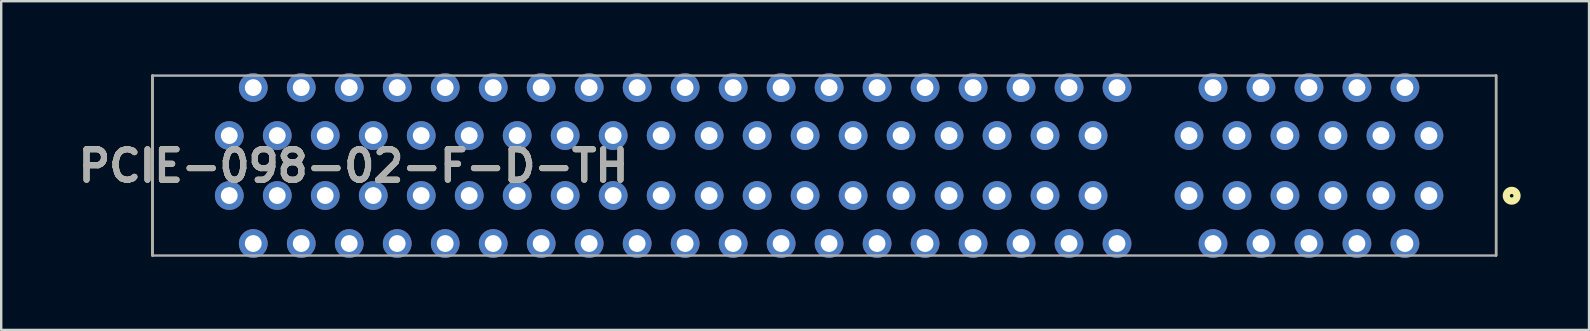
<source format=kicad_pcb>
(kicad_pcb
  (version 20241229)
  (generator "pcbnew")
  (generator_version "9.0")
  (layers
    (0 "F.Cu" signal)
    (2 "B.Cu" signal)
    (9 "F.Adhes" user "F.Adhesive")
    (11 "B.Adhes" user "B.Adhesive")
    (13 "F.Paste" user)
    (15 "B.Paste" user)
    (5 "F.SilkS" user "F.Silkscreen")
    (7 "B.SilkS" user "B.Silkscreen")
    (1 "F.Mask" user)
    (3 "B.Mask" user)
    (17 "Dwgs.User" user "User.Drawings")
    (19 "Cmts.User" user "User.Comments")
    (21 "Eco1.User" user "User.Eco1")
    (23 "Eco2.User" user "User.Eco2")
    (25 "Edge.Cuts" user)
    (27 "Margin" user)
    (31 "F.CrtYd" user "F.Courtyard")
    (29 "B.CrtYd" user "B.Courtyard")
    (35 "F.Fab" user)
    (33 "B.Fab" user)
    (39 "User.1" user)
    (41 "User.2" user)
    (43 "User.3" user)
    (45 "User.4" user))
  (footprint "PCIE-098-02-F-D-TH"
    (layer "F.Cu")
    (at 3.305 3.85)
    (property "Reference" "PCIE-098-02-F-D-TH" (at 8.379 0.016 180) (layer "F.SilkS") (effects (font (size 1.27 1.27) (thickness 0.254))))
    (attr through_hole)
    (fp_line (start 0 -3.75) (end 0 3.75) (stroke (width 0.1) (type solid)) (layer "F.SilkS"))
    (fp_line (start 56 -3.75) (end 56 3.75) (stroke (width 0.1) (type solid)) (layer "F.SilkS"))
    (fp_circle (center 56.649 1.258) (end 56.649 1.332) (stroke (width 0.3) (type solid)) (fill no) (layer "F.SilkS"))
    (fp_line (start 0 -3.75) (end 56 -3.75) (stroke (width 0.1) (type solid)) (layer "F.Fab"))
    (fp_line (start 0 3.75) (end 0 -3.75) (stroke (width 0.1) (type solid)) (layer "F.Fab"))
    (fp_line (start 56 -3.75) (end 56 3.75) (stroke (width 0.1) (type solid)) (layer "F.Fab"))
    (fp_line (start 56 3.75) (end 0 3.75) (stroke (width 0.1) (type solid)) (layer "F.Fab"))
    (fp_text user "${REFERENCE}" (at 8.379 0.016 180) (layer "F.Fab") (effects (font (size 1.27 1.27) (thickness 0.254))))
    (pad "" np_thru_hole circle (at 1.39 0) (size 0.001 0.001) (drill 2.35) (layers "*.Cu" "*.Mask"))
    (pad "" np_thru_hole circle (at 41.55 0) (size 0.001 0.001) (drill 2.35) (layers "*.Cu" "*.Mask"))
    (pad "A1" thru_hole circle (at 53.2 1.25) (size 1.2 1.2) (drill 0.7) (layers "*.Cu" "*.Mask"))
    (pad "A2" thru_hole circle (at 52.2 3.25) (size 1.2 1.2) (drill 0.7) (layers "*.Cu" "*.Mask"))
    (pad "A3" thru_hole circle (at 51.2 1.25) (size 1.2 1.2) (drill 0.7) (layers "*.Cu" "*.Mask"))
    (pad "A4" thru_hole circle (at 50.2 3.25) (size 1.2 1.2) (drill 0.7) (layers "*.Cu" "*.Mask"))
    (pad "A5" thru_hole circle (at 49.2 1.25) (size 1.2 1.2) (drill 0.7) (layers "*.Cu" "*.Mask"))
    (pad "A6" thru_hole circle (at 48.2 3.25) (size 1.2 1.2) (drill 0.7) (layers "*.Cu" "*.Mask"))
    (pad "A7" thru_hole circle (at 47.2 1.25) (size 1.2 1.2) (drill 0.7) (layers "*.Cu" "*.Mask"))
    (pad "A8" thru_hole circle (at 46.2 3.25) (size 1.2 1.2) (drill 0.7) (layers "*.Cu" "*.Mask"))
    (pad "A9" thru_hole circle (at 45.2 1.25) (size 1.2 1.2) (drill 0.7) (layers "*.Cu" "*.Mask"))
    (pad "A10" thru_hole circle (at 44.2 3.25) (size 1.2 1.2) (drill 0.7) (layers "*.Cu" "*.Mask"))
    (pad "A11" thru_hole circle (at 43.2 1.25) (size 1.2 1.2) (drill 0.7) (layers "*.Cu" "*.Mask"))
    (pad "A12" thru_hole circle (at 40.2 3.25) (size 1.2 1.2) (drill 0.7) (layers "*.Cu" "*.Mask"))
    (pad "A13" thru_hole circle (at 39.2 1.25) (size 1.2 1.2) (drill 0.7) (layers "*.Cu" "*.Mask"))
    (pad "A14" thru_hole circle (at 38.2 3.25) (size 1.2 1.2) (drill 0.7) (layers "*.Cu" "*.Mask"))
    (pad "A15" thru_hole circle (at 37.2 1.25) (size 1.2 1.2) (drill 0.7) (layers "*.Cu" "*.Mask"))
    (pad "A16" thru_hole circle (at 36.2 3.25) (size 1.2 1.2) (drill 0.7) (layers "*.Cu" "*.Mask"))
    (pad "A17" thru_hole circle (at 35.2 1.25) (size 1.2 1.2) (drill 0.7) (layers "*.Cu" "*.Mask"))
    (pad "A18" thru_hole circle (at 34.2 3.25) (size 1.2 1.2) (drill 0.7) (layers "*.Cu" "*.Mask"))
    (pad "A19" thru_hole circle (at 33.2 1.25) (size 1.2 1.2) (drill 0.7) (layers "*.Cu" "*.Mask"))
    (pad "A20" thru_hole circle (at 32.2 3.25) (size 1.2 1.2) (drill 0.7) (layers "*.Cu" "*.Mask"))
    (pad "A21" thru_hole circle (at 31.2 1.25) (size 1.2 1.2) (drill 0.7) (layers "*.Cu" "*.Mask"))
    (pad "A22" thru_hole circle (at 30.2 3.25) (size 1.2 1.2) (drill 0.7) (layers "*.Cu" "*.Mask"))
    (pad "A23" thru_hole circle (at 29.2 1.25) (size 1.2 1.2) (drill 0.7) (layers "*.Cu" "*.Mask"))
    (pad "A24" thru_hole circle (at 28.2 3.25) (size 1.2 1.2) (drill 0.7) (layers "*.Cu" "*.Mask"))
    (pad "A25" thru_hole circle (at 27.2 1.25) (size 1.2 1.2) (drill 0.7) (layers "*.Cu" "*.Mask"))
    (pad "A26" thru_hole circle (at 26.2 3.25) (size 1.2 1.2) (drill 0.7) (layers "*.Cu" "*.Mask"))
    (pad "A27" thru_hole circle (at 25.2 1.25) (size 1.2 1.2) (drill 0.7) (layers "*.Cu" "*.Mask"))
    (pad "A28" thru_hole circle (at 24.2 3.25) (size 1.2 1.2) (drill 0.7) (layers "*.Cu" "*.Mask"))
    (pad "A29" thru_hole circle (at 23.2 1.25) (size 1.2 1.2) (drill 0.7) (layers "*.Cu" "*.Mask"))
    (pad "A30" thru_hole circle (at 22.2 3.25) (size 1.2 1.2) (drill 0.7) (layers "*.Cu" "*.Mask"))
    (pad "A31" thru_hole circle (at 21.2 1.25) (size 1.2 1.2) (drill 0.7) (layers "*.Cu" "*.Mask"))
    (pad "A32" thru_hole circle (at 20.2 3.25) (size 1.2 1.2) (drill 0.7) (layers "*.Cu" "*.Mask"))
    (pad "A33" thru_hole circle (at 19.2 1.25) (size 1.2 1.2) (drill 0.7) (layers "*.Cu" "*.Mask"))
    (pad "A34" thru_hole circle (at 18.2 3.25) (size 1.2 1.2) (drill 0.7) (layers "*.Cu" "*.Mask"))
    (pad "A35" thru_hole circle (at 17.2 1.25) (size 1.2 1.2) (drill 0.7) (layers "*.Cu" "*.Mask"))
    (pad "A36" thru_hole circle (at 16.2 3.25) (size 1.2 1.2) (drill 0.7) (layers "*.Cu" "*.Mask"))
    (pad "A37" thru_hole circle (at 15.2 1.25) (size 1.2 1.2) (drill 0.7) (layers "*.Cu" "*.Mask"))
    (pad "A38" thru_hole circle (at 14.2 3.25) (size 1.2 1.2) (drill 0.7) (layers "*.Cu" "*.Mask"))
    (pad "A39" thru_hole circle (at 13.2 1.25) (size 1.2 1.2) (drill 0.7) (layers "*.Cu" "*.Mask"))
    (pad "A40" thru_hole circle (at 12.2 3.25) (size 1.2 1.2) (drill 0.7) (layers "*.Cu" "*.Mask"))
    (pad "A41" thru_hole circle (at 11.2 1.25) (size 1.2 1.2) (drill 0.7) (layers "*.Cu" "*.Mask"))
    (pad "A42" thru_hole circle (at 10.2 3.25) (size 1.2 1.2) (drill 0.7) (layers "*.Cu" "*.Mask"))
    (pad "A43" thru_hole circle (at 9.2 1.25) (size 1.2 1.2) (drill 0.7) (layers "*.Cu" "*.Mask"))
    (pad "A44" thru_hole circle (at 8.2 3.25) (size 1.2 1.2) (drill 0.7) (layers "*.Cu" "*.Mask"))
    (pad "A45" thru_hole circle (at 7.2 1.25) (size 1.2 1.2) (drill 0.7) (layers "*.Cu" "*.Mask"))
    (pad "A46" thru_hole circle (at 6.2 3.25) (size 1.2 1.2) (drill 0.7) (layers "*.Cu" "*.Mask"))
    (pad "A47" thru_hole circle (at 5.2 1.25) (size 1.2 1.2) (drill 0.7) (layers "*.Cu" "*.Mask"))
    (pad "A48" thru_hole circle (at 4.2 3.25) (size 1.2 1.2) (drill 0.7) (layers "*.Cu" "*.Mask"))
    (pad "A49" thru_hole circle (at 3.2 1.25) (size 1.2 1.2) (drill 0.7) (layers "*.Cu" "*.Mask"))
    (pad "B1" thru_hole circle (at 53.2 -1.25) (size 1.2 1.2) (drill 0.7) (layers "*.Cu" "*.Mask"))
    (pad "B2" thru_hole circle (at 52.2 -3.25) (size 1.2 1.2) (drill 0.7) (layers "*.Cu" "*.Mask"))
    (pad "B3" thru_hole circle (at 51.2 -1.25) (size 1.2 1.2) (drill 0.7) (layers "*.Cu" "*.Mask"))
    (pad "B4" thru_hole circle (at 50.2 -3.25) (size 1.2 1.2) (drill 0.7) (layers "*.Cu" "*.Mask"))
    (pad "B5" thru_hole circle (at 49.2 -1.25) (size 1.2 1.2) (drill 0.7) (layers "*.Cu" "*.Mask"))
    (pad "B6" thru_hole circle (at 48.2 -3.25) (size 1.2 1.2) (drill 0.7) (layers "*.Cu" "*.Mask"))
    (pad "B7" thru_hole circle (at 47.2 -1.25) (size 1.2 1.2) (drill 0.7) (layers "*.Cu" "*.Mask"))
    (pad "B8" thru_hole circle (at 46.2 -3.25) (size 1.2 1.2) (drill 0.7) (layers "*.Cu" "*.Mask"))
    (pad "B9" thru_hole circle (at 45.2 -1.25) (size 1.2 1.2) (drill 0.7) (layers "*.Cu" "*.Mask"))
    (pad "B10" thru_hole circle (at 44.2 -3.25) (size 1.2 1.2) (drill 0.7) (layers "*.Cu" "*.Mask"))
    (pad "B11" thru_hole circle (at 43.2 -1.25) (size 1.2 1.2) (drill 0.7) (layers "*.Cu" "*.Mask"))
    (pad "B12" thru_hole circle (at 40.2 -3.25) (size 1.2 1.2) (drill 0.7) (layers "*.Cu" "*.Mask"))
    (pad "B13" thru_hole circle (at 39.2 -1.25) (size 1.2 1.2) (drill 0.7) (layers "*.Cu" "*.Mask"))
    (pad "B14" thru_hole circle (at 38.2 -3.25) (size 1.2 1.2) (drill 0.7) (layers "*.Cu" "*.Mask"))
    (pad "B15" thru_hole circle (at 37.2 -1.25) (size 1.2 1.2) (drill 0.7) (layers "*.Cu" "*.Mask"))
    (pad "B16" thru_hole circle (at 36.2 -3.25) (size 1.2 1.2) (drill 0.7) (layers "*.Cu" "*.Mask"))
    (pad "B17" thru_hole circle (at 35.2 -1.25) (size 1.2 1.2) (drill 0.7) (layers "*.Cu" "*.Mask"))
    (pad "B18" thru_hole circle (at 34.2 -3.25) (size 1.2 1.2) (drill 0.7) (layers "*.Cu" "*.Mask"))
    (pad "B19" thru_hole circle (at 33.2 -1.25) (size 1.2 1.2) (drill 0.7) (layers "*.Cu" "*.Mask"))
    (pad "B20" thru_hole circle (at 32.2 -3.25) (size 1.2 1.2) (drill 0.7) (layers "*.Cu" "*.Mask"))
    (pad "B21" thru_hole circle (at 31.2 -1.25) (size 1.2 1.2) (drill 0.7) (layers "*.Cu" "*.Mask"))
    (pad "B22" thru_hole circle (at 30.2 -3.25) (size 1.2 1.2) (drill 0.7) (layers "*.Cu" "*.Mask"))
    (pad "B23" thru_hole circle (at 29.2 -1.25) (size 1.2 1.2) (drill 0.7) (layers "*.Cu" "*.Mask"))
    (pad "B24" thru_hole circle (at 28.2 -3.25) (size 1.2 1.2) (drill 0.7) (layers "*.Cu" "*.Mask"))
    (pad "B25" thru_hole circle (at 27.2 -1.25) (size 1.2 1.2) (drill 0.7) (layers "*.Cu" "*.Mask"))
    (pad "B26" thru_hole circle (at 26.2 -3.25) (size 1.2 1.2) (drill 0.7) (layers "*.Cu" "*.Mask"))
    (pad "B27" thru_hole circle (at 25.2 -1.25) (size 1.2 1.2) (drill 0.7) (layers "*.Cu" "*.Mask"))
    (pad "B28" thru_hole circle (at 24.2 -3.25) (size 1.2 1.2) (drill 0.7) (layers "*.Cu" "*.Mask"))
    (pad "B29" thru_hole circle (at 23.2 -1.25) (size 1.2 1.2) (drill 0.7) (layers "*.Cu" "*.Mask"))
    (pad "B30" thru_hole circle (at 22.2 -3.25) (size 1.2 1.2) (drill 0.7) (layers "*.Cu" "*.Mask"))
    (pad "B31" thru_hole circle (at 21.2 -1.25) (size 1.2 1.2) (drill 0.7) (layers "*.Cu" "*.Mask"))
    (pad "B32" thru_hole circle (at 20.2 -3.25) (size 1.2 1.2) (drill 0.7) (layers "*.Cu" "*.Mask"))
    (pad "B33" thru_hole circle (at 19.2 -1.25) (size 1.2 1.2) (drill 0.7) (layers "*.Cu" "*.Mask"))
    (pad "B34" thru_hole circle (at 18.2 -3.25) (size 1.2 1.2) (drill 0.7) (layers "*.Cu" "*.Mask"))
    (pad "B35" thru_hole circle (at 17.2 -1.25) (size 1.2 1.2) (drill 0.7) (layers "*.Cu" "*.Mask"))
    (pad "B36" thru_hole circle (at 16.2 -3.25) (size 1.2 1.2) (drill 0.7) (layers "*.Cu" "*.Mask"))
    (pad "B37" thru_hole circle (at 15.2 -1.25) (size 1.2 1.2) (drill 0.7) (layers "*.Cu" "*.Mask"))
    (pad "B38" thru_hole circle (at 14.2 -3.25) (size 1.2 1.2) (drill 0.7) (layers "*.Cu" "*.Mask"))
    (pad "B39" thru_hole circle (at 13.2 -1.25) (size 1.2 1.2) (drill 0.7) (layers "*.Cu" "*.Mask"))
    (pad "B40" thru_hole circle (at 12.2 -3.25) (size 1.2 1.2) (drill 0.7) (layers "*.Cu" "*.Mask"))
    (pad "B41" thru_hole circle (at 11.2 -1.25) (size 1.2 1.2) (drill 0.7) (layers "*.Cu" "*.Mask"))
    (pad "B42" thru_hole circle (at 10.2 -3.25) (size 1.2 1.2) (drill 0.7) (layers "*.Cu" "*.Mask"))
    (pad "B43" thru_hole circle (at 9.2 -1.25) (size 1.2 1.2) (drill 0.7) (layers "*.Cu" "*.Mask"))
    (pad "B44" thru_hole circle (at 8.2 -3.25) (size 1.2 1.2) (drill 0.7) (layers "*.Cu" "*.Mask"))
    (pad "B45" thru_hole circle (at 7.2 -1.25) (size 1.2 1.2) (drill 0.7) (layers "*.Cu" "*.Mask"))
    (pad "B46" thru_hole circle (at 6.2 -3.25) (size 1.2 1.2) (drill 0.7) (layers "*.Cu" "*.Mask"))
    (pad "B47" thru_hole circle (at 5.2 -1.25) (size 1.2 1.2) (drill 0.7) (layers "*.Cu" "*.Mask"))
    (pad "B48" thru_hole circle (at 4.2 -3.25) (size 1.2 1.2) (drill 0.7) (layers "*.Cu" "*.Mask"))
    (pad "B49" thru_hole circle (at 3.2 -1.25) (size 1.2 1.2) (drill 0.7) (layers "*.Cu" "*.Mask")))
  (gr_rect
    (start -3 -3)
    (end 63.178 10.7)
    (stroke (width 0.1) (type default))
    (fill no)
    (layer "Edge.Cuts")))
</source>
